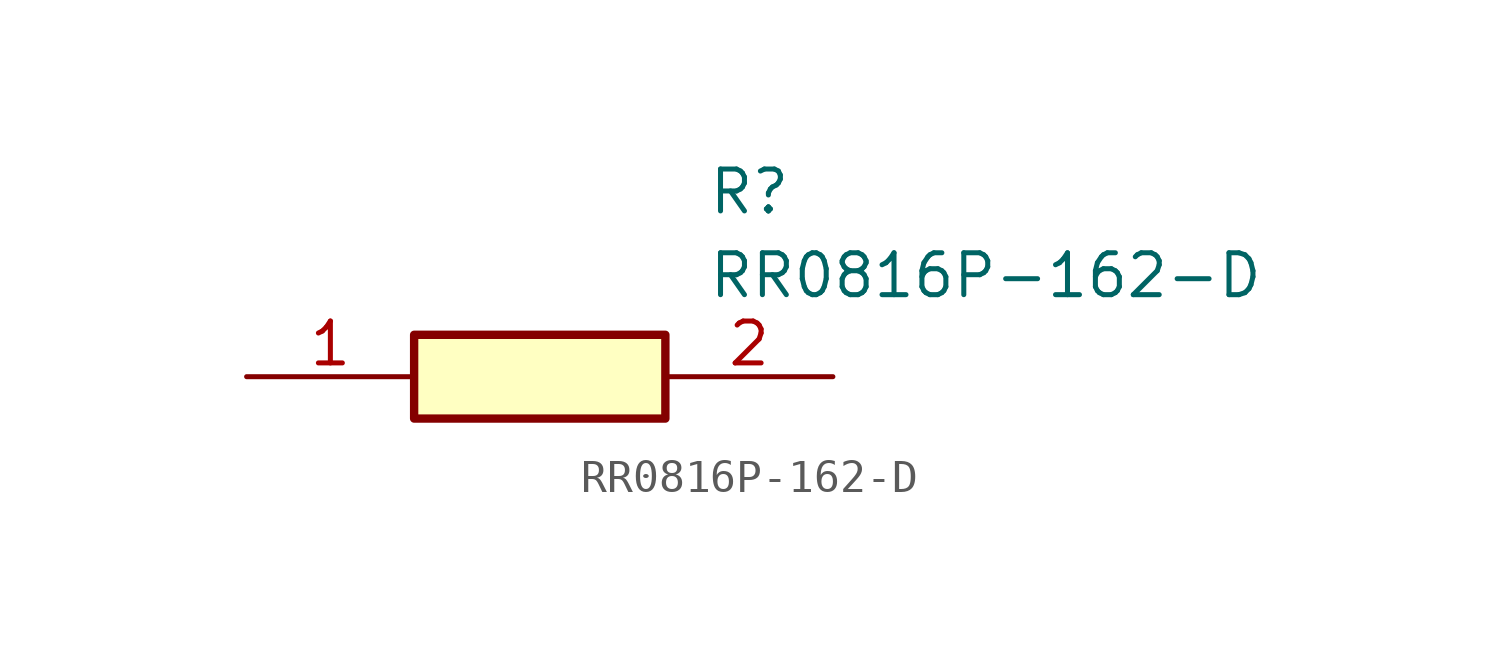
<source format=kicad_sym>
(kicad_symbol_lib
  (version 20211014)
  (generator SamacSys_ECAD_Model)
  (symbol "RR0816P-162-D"
    (pin_names hide)
    (property "Reference" "R"
      (at 13.97 6.35 0)
      (effects (font (size 1.27 1.27)) (justify left top)))
    (property "Value" "RR0816P-162-D"
      (at 13.97 3.81 0)
      (effects (font (size 1.27 1.27)) (justify left top)))
    (rectangle
      (start 5.08 1.27)
      (end 12.7 -1.27)
      (stroke (width 0.254) (type default))
      (fill (type background)))
    (pin passive line
      (at 0 0 0)
      (length 5.08)
      (name "1" (effects (font (size 1.27 1.27))))
      (number "1" (effects (font (size 1.27 1.27)))))
    (pin passive line
      (at 17.78 0 180)
      (length 5.08)
      (name "2" (effects (font (size 1.27 1.27))))
      (number "2" (effects (font (size 1.27 1.27)))))))
</source>
